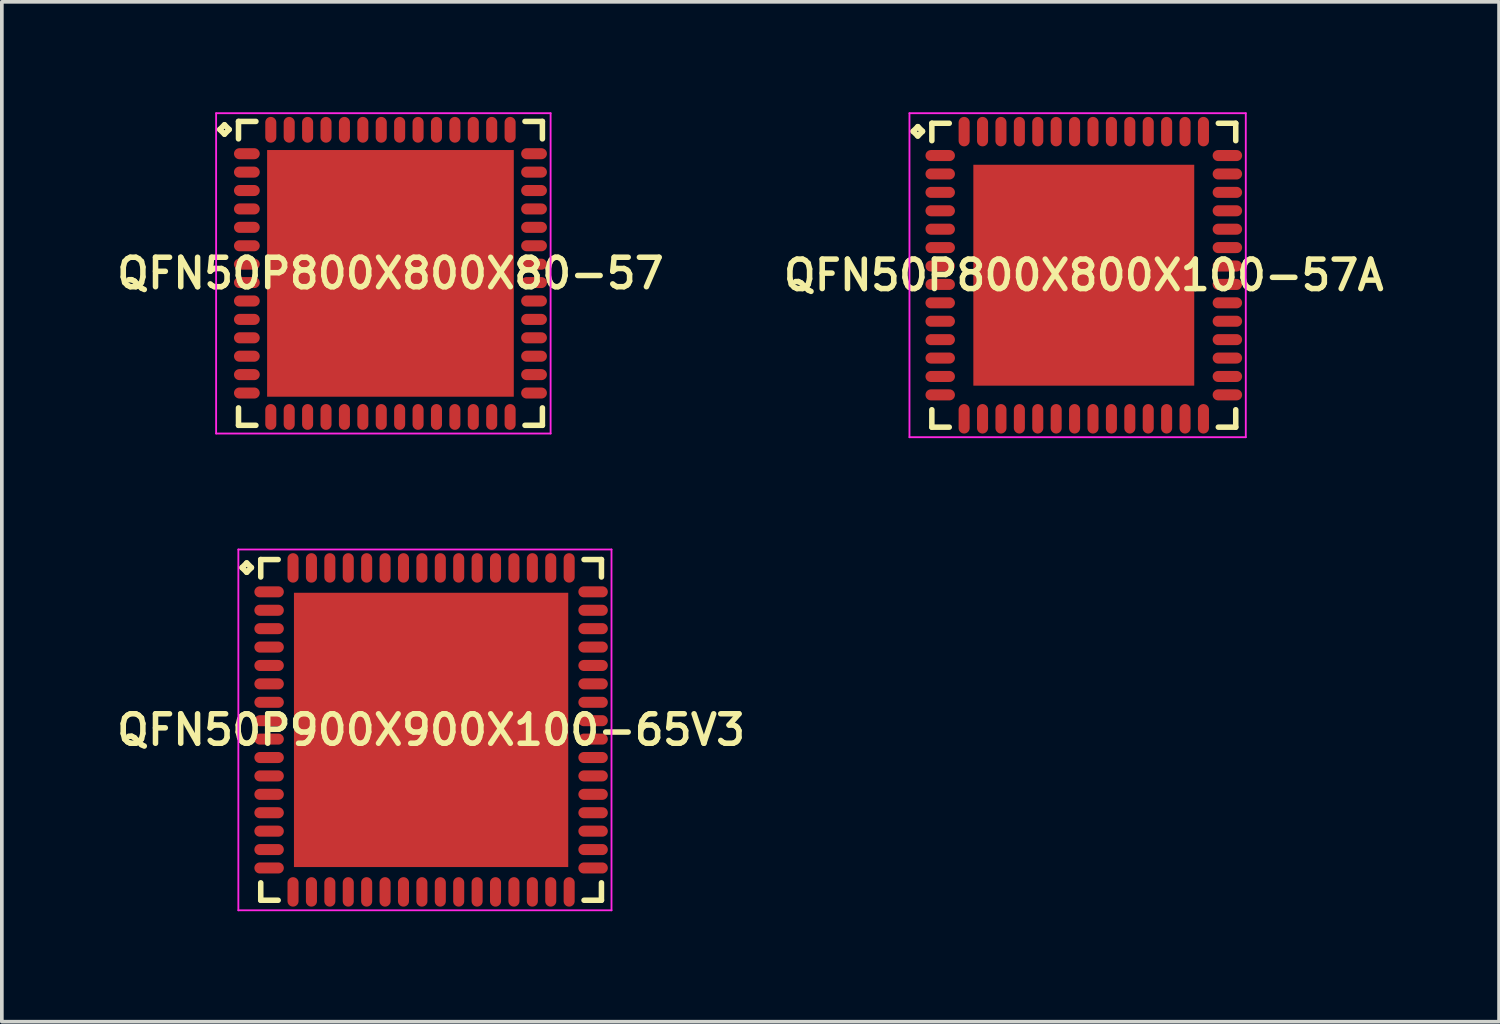
<source format=kicad_pcb>
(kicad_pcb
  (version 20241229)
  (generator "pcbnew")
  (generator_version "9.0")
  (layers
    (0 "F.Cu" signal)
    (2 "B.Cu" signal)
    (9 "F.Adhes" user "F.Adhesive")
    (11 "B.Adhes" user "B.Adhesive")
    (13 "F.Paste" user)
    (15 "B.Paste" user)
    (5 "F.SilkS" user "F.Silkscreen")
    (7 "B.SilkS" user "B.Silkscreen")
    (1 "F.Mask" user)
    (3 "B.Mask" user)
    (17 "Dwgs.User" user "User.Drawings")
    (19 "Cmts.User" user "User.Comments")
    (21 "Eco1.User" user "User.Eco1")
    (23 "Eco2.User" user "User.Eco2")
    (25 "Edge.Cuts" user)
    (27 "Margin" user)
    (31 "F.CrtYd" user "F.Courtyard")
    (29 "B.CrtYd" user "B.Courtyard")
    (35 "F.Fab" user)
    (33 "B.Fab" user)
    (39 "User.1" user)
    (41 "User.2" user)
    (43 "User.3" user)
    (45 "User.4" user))
  (footprint "QFN50P800X800X80-57"
    (layer "F.Cu")
    (at 7.555 4.375)
    (property "Reference" "QFN50P800X800X80-57" (at 0 0 0) (layer "F.SilkS") (effects (font (size 0.8 0.8) (thickness 0.15))))
    (attr smd)
    (fp_line (start -4.635 -3.908) (end -4.508 -4.035) (stroke (width 0.15) (type solid)) (layer "F.SilkS"))
    (fp_line (start -4.508 -4.035) (end -4.381 -3.908) (stroke (width 0.15) (type solid)) (layer "F.SilkS"))
    (fp_line (start -4.508 -3.781) (end -4.635 -3.908) (stroke (width 0.15) (type solid)) (layer "F.SilkS"))
    (fp_line (start -4.381 -3.908) (end -4.508 -3.781) (stroke (width 0.15) (type solid)) (layer "F.SilkS"))
    (fp_line (start -4.127 -4.127) (end -3.654 -4.127) (stroke (width 0.15) (type solid)) (layer "F.SilkS"))
    (fp_line (start -4.127 -3.654) (end -4.127 -4.127) (stroke (width 0.15) (type solid)) (layer "F.SilkS"))
    (fp_line (start -4.127 3.654) (end -4.127 4.127) (stroke (width 0.15) (type solid)) (layer "F.SilkS"))
    (fp_line (start -4.127 4.127) (end -3.654 4.127) (stroke (width 0.15) (type solid)) (layer "F.SilkS"))
    (fp_line (start 3.654 -4.127) (end 4.127 -4.127) (stroke (width 0.15) (type solid)) (layer "F.SilkS"))
    (fp_line (start 3.654 4.127) (end 4.127 4.127) (stroke (width 0.15) (type solid)) (layer "F.SilkS"))
    (fp_line (start 4.127 -4.127) (end 4.127 -3.654) (stroke (width 0.15) (type solid)) (layer "F.SilkS"))
    (fp_line (start 4.127 4.127) (end 4.127 3.654) (stroke (width 0.15) (type solid)) (layer "F.SilkS"))
    (fp_line (start -4.735 -4.35) (end 4.35 -4.35) (stroke (width 0.05) (type solid)) (layer "F.CrtYd"))
    (fp_line (start -4.735 4.35) (end -4.735 -4.35) (stroke (width 0.05) (type solid)) (layer "F.CrtYd"))
    (fp_line (start 4.35 -4.35) (end 4.35 4.35) (stroke (width 0.05) (type solid)) (layer "F.CrtYd"))
    (fp_line (start 4.35 4.35) (end -4.735 4.35) (stroke (width 0.05) (type solid)) (layer "F.CrtYd"))
    (pad "1" smd oval (at -3.9 -3.25) (size 0.7 0.3) (layers "F.Cu" "F.Mask" "F.Paste"))
    (pad "2" smd oval (at -3.9 -2.75) (size 0.7 0.3) (layers "F.Cu" "F.Mask" "F.Paste"))
    (pad "3" smd oval (at -3.9 -2.25) (size 0.7 0.3) (layers "F.Cu" "F.Mask" "F.Paste"))
    (pad "4" smd oval (at -3.9 -1.75) (size 0.7 0.3) (layers "F.Cu" "F.Mask" "F.Paste"))
    (pad "5" smd oval (at -3.9 -1.25) (size 0.7 0.3) (layers "F.Cu" "F.Mask" "F.Paste"))
    (pad "6" smd oval (at -3.9 -0.75) (size 0.7 0.3) (layers "F.Cu" "F.Mask" "F.Paste"))
    (pad "7" smd oval (at -3.9 -0.25) (size 0.7 0.3) (layers "F.Cu" "F.Mask" "F.Paste"))
    (pad "8" smd oval (at -3.9 0.25) (size 0.7 0.3) (layers "F.Cu" "F.Mask" "F.Paste"))
    (pad "9" smd oval (at -3.9 0.75) (size 0.7 0.3) (layers "F.Cu" "F.Mask" "F.Paste"))
    (pad "10" smd oval (at -3.9 1.25) (size 0.7 0.3) (layers "F.Cu" "F.Mask" "F.Paste"))
    (pad "11" smd oval (at -3.9 1.75) (size 0.7 0.3) (layers "F.Cu" "F.Mask" "F.Paste"))
    (pad "12" smd oval (at -3.9 2.25) (size 0.7 0.3) (layers "F.Cu" "F.Mask" "F.Paste"))
    (pad "13" smd oval (at -3.9 2.75) (size 0.7 0.3) (layers "F.Cu" "F.Mask" "F.Paste"))
    (pad "14" smd oval (at -3.9 3.25) (size 0.7 0.3) (layers "F.Cu" "F.Mask" "F.Paste"))
    (pad "15" smd oval (at -3.25 3.9) (size 0.3 0.7) (layers "F.Cu" "F.Mask" "F.Paste"))
    (pad "16" smd oval (at -2.75 3.9) (size 0.3 0.7) (layers "F.Cu" "F.Mask" "F.Paste"))
    (pad "17" smd oval (at -2.25 3.9) (size 0.3 0.7) (layers "F.Cu" "F.Mask" "F.Paste"))
    (pad "18" smd oval (at -1.75 3.9) (size 0.3 0.7) (layers "F.Cu" "F.Mask" "F.Paste"))
    (pad "19" smd oval (at -1.25 3.9) (size 0.3 0.7) (layers "F.Cu" "F.Mask" "F.Paste"))
    (pad "20" smd oval (at -0.75 3.9) (size 0.3 0.7) (layers "F.Cu" "F.Mask" "F.Paste"))
    (pad "21" smd oval (at -0.25 3.9) (size 0.3 0.7) (layers "F.Cu" "F.Mask" "F.Paste"))
    (pad "22" smd oval (at 0.25 3.9) (size 0.3 0.7) (layers "F.Cu" "F.Mask" "F.Paste"))
    (pad "23" smd oval (at 0.75 3.9) (size 0.3 0.7) (layers "F.Cu" "F.Mask" "F.Paste"))
    (pad "24" smd oval (at 1.25 3.9) (size 0.3 0.7) (layers "F.Cu" "F.Mask" "F.Paste"))
    (pad "25" smd oval (at 1.75 3.9) (size 0.3 0.7) (layers "F.Cu" "F.Mask" "F.Paste"))
    (pad "26" smd oval (at 2.25 3.9) (size 0.3 0.7) (layers "F.Cu" "F.Mask" "F.Paste"))
    (pad "27" smd oval (at 2.75 3.9) (size 0.3 0.7) (layers "F.Cu" "F.Mask" "F.Paste"))
    (pad "28" smd oval (at 3.25 3.9) (size 0.3 0.7) (layers "F.Cu" "F.Mask" "F.Paste"))
    (pad "29" smd oval (at 3.9 3.25) (size 0.7 0.3) (layers "F.Cu" "F.Mask" "F.Paste"))
    (pad "30" smd oval (at 3.9 2.75) (size 0.7 0.3) (layers "F.Cu" "F.Mask" "F.Paste"))
    (pad "31" smd oval (at 3.9 2.25) (size 0.7 0.3) (layers "F.Cu" "F.Mask" "F.Paste"))
    (pad "32" smd oval (at 3.9 1.75) (size 0.7 0.3) (layers "F.Cu" "F.Mask" "F.Paste"))
    (pad "33" smd oval (at 3.9 1.25) (size 0.7 0.3) (layers "F.Cu" "F.Mask" "F.Paste"))
    (pad "34" smd oval (at 3.9 0.75) (size 0.7 0.3) (layers "F.Cu" "F.Mask" "F.Paste"))
    (pad "35" smd oval (at 3.9 0.25) (size 0.7 0.3) (layers "F.Cu" "F.Mask" "F.Paste"))
    (pad "36" smd oval (at 3.9 -0.25) (size 0.7 0.3) (layers "F.Cu" "F.Mask" "F.Paste"))
    (pad "37" smd oval (at 3.9 -0.75) (size 0.7 0.3) (layers "F.Cu" "F.Mask" "F.Paste"))
    (pad "38" smd oval (at 3.9 -1.25) (size 0.7 0.3) (layers "F.Cu" "F.Mask" "F.Paste"))
    (pad "39" smd oval (at 3.9 -1.75) (size 0.7 0.3) (layers "F.Cu" "F.Mask" "F.Paste"))
    (pad "40" smd oval (at 3.9 -2.25) (size 0.7 0.3) (layers "F.Cu" "F.Mask" "F.Paste"))
    (pad "41" smd oval (at 3.9 -2.75) (size 0.7 0.3) (layers "F.Cu" "F.Mask" "F.Paste"))
    (pad "42" smd oval (at 3.9 -3.25) (size 0.7 0.3) (layers "F.Cu" "F.Mask" "F.Paste"))
    (pad "43" smd oval (at 3.25 -3.9) (size 0.3 0.7) (layers "F.Cu" "F.Mask" "F.Paste"))
    (pad "44" smd oval (at 2.75 -3.9) (size 0.3 0.7) (layers "F.Cu" "F.Mask" "F.Paste"))
    (pad "45" smd oval (at 2.25 -3.9) (size 0.3 0.7) (layers "F.Cu" "F.Mask" "F.Paste"))
    (pad "46" smd oval (at 1.75 -3.9) (size 0.3 0.7) (layers "F.Cu" "F.Mask" "F.Paste"))
    (pad "47" smd oval (at 1.25 -3.9) (size 0.3 0.7) (layers "F.Cu" "F.Mask" "F.Paste"))
    (pad "48" smd oval (at 0.75 -3.9) (size 0.3 0.7) (layers "F.Cu" "F.Mask" "F.Paste"))
    (pad "49" smd oval (at 0.25 -3.9) (size 0.3 0.7) (layers "F.Cu" "F.Mask" "F.Paste"))
    (pad "50" smd oval (at -0.25 -3.9) (size 0.3 0.7) (layers "F.Cu" "F.Mask" "F.Paste"))
    (pad "51" smd oval (at -0.75 -3.9) (size 0.3 0.7) (layers "F.Cu" "F.Mask" "F.Paste"))
    (pad "52" smd oval (at -1.25 -3.9) (size 0.3 0.7) (layers "F.Cu" "F.Mask" "F.Paste"))
    (pad "53" smd oval (at -1.75 -3.9) (size 0.3 0.7) (layers "F.Cu" "F.Mask" "F.Paste"))
    (pad "54" smd oval (at -2.25 -3.9) (size 0.3 0.7) (layers "F.Cu" "F.Mask" "F.Paste"))
    (pad "55" smd oval (at -2.75 -3.9) (size 0.3 0.7) (layers "F.Cu" "F.Mask" "F.Paste"))
    (pad "56" smd oval (at -3.25 -3.9) (size 0.3 0.7) (layers "F.Cu" "F.Mask" "F.Paste"))
    (pad "57" smd rect (at 0 0) (size 6.7 6.7) (layers "F.Cu" "F.Mask" "F.Paste")))
  (footprint "QFN50P900X900X100-65V3"
    (layer "F.Cu")
    (at 8.659 16.775)
    (property "Reference" "QFN50P900X900X100-65V3" (at 0 0 0) (layer "F.SilkS") (effects (font (size 0.8 0.8) (thickness 0.15))))
    (attr smd)
    (fp_line (start -5.135 -4.408) (end -5.008 -4.535) (stroke (width 0.15) (type solid)) (layer "F.SilkS"))
    (fp_line (start -5.008 -4.535) (end -4.881 -4.408) (stroke (width 0.15) (type solid)) (layer "F.SilkS"))
    (fp_line (start -5.008 -4.281) (end -5.135 -4.408) (stroke (width 0.15) (type solid)) (layer "F.SilkS"))
    (fp_line (start -4.881 -4.408) (end -5.008 -4.281) (stroke (width 0.15) (type solid)) (layer "F.SilkS"))
    (fp_line (start -4.627 -4.627) (end -4.154 -4.627) (stroke (width 0.15) (type solid)) (layer "F.SilkS"))
    (fp_line (start -4.627 -4.154) (end -4.627 -4.627) (stroke (width 0.15) (type solid)) (layer "F.SilkS"))
    (fp_line (start -4.627 4.154) (end -4.627 4.627) (stroke (width 0.15) (type solid)) (layer "F.SilkS"))
    (fp_line (start -4.627 4.627) (end -4.154 4.627) (stroke (width 0.15) (type solid)) (layer "F.SilkS"))
    (fp_line (start 4.154 -4.627) (end 4.627 -4.627) (stroke (width 0.15) (type solid)) (layer "F.SilkS"))
    (fp_line (start 4.154 4.627) (end 4.627 4.627) (stroke (width 0.15) (type solid)) (layer "F.SilkS"))
    (fp_line (start 4.627 -4.627) (end 4.627 -4.154) (stroke (width 0.15) (type solid)) (layer "F.SilkS"))
    (fp_line (start 4.627 4.627) (end 4.627 4.154) (stroke (width 0.15) (type solid)) (layer "F.SilkS"))
    (fp_line (start -5.235 -4.9) (end 4.9 -4.9) (stroke (width 0.05) (type solid)) (layer "F.CrtYd"))
    (fp_line (start -5.235 4.9) (end -5.235 -4.9) (stroke (width 0.05) (type solid)) (layer "F.CrtYd"))
    (fp_line (start 4.9 -4.9) (end 4.9 4.9) (stroke (width 0.05) (type solid)) (layer "F.CrtYd"))
    (fp_line (start 4.9 4.9) (end -5.235 4.9) (stroke (width 0.05) (type solid)) (layer "F.CrtYd"))
    (pad "1" smd oval (at -4.4 -3.75) (size 0.8 0.3) (layers "F.Cu" "F.Mask" "F.Paste"))
    (pad "2" smd oval (at -4.4 -3.25) (size 0.8 0.3) (layers "F.Cu" "F.Mask" "F.Paste"))
    (pad "3" smd oval (at -4.4 -2.75) (size 0.8 0.3) (layers "F.Cu" "F.Mask" "F.Paste"))
    (pad "4" smd oval (at -4.4 -2.25) (size 0.8 0.3) (layers "F.Cu" "F.Mask" "F.Paste"))
    (pad "5" smd oval (at -4.4 -1.75) (size 0.8 0.3) (layers "F.Cu" "F.Mask" "F.Paste"))
    (pad "6" smd oval (at -4.4 -1.25) (size 0.8 0.3) (layers "F.Cu" "F.Mask" "F.Paste"))
    (pad "7" smd oval (at -4.4 -0.75) (size 0.8 0.3) (layers "F.Cu" "F.Mask" "F.Paste"))
    (pad "8" smd oval (at -4.4 -0.25) (size 0.8 0.3) (layers "F.Cu" "F.Mask" "F.Paste"))
    (pad "9" smd oval (at -4.4 0.25) (size 0.8 0.3) (layers "F.Cu" "F.Mask" "F.Paste"))
    (pad "10" smd oval (at -4.4 0.75) (size 0.8 0.3) (layers "F.Cu" "F.Mask" "F.Paste"))
    (pad "11" smd oval (at -4.4 1.25) (size 0.8 0.3) (layers "F.Cu" "F.Mask" "F.Paste"))
    (pad "12" smd oval (at -4.4 1.75) (size 0.8 0.3) (layers "F.Cu" "F.Mask" "F.Paste"))
    (pad "13" smd oval (at -4.4 2.25) (size 0.8 0.3) (layers "F.Cu" "F.Mask" "F.Paste"))
    (pad "14" smd oval (at -4.4 2.75) (size 0.8 0.3) (layers "F.Cu" "F.Mask" "F.Paste"))
    (pad "15" smd oval (at -4.4 3.25) (size 0.8 0.3) (layers "F.Cu" "F.Mask" "F.Paste"))
    (pad "16" smd oval (at -4.4 3.75) (size 0.8 0.3) (layers "F.Cu" "F.Mask" "F.Paste"))
    (pad "17" smd oval (at -3.75 4.4) (size 0.3 0.8) (layers "F.Cu" "F.Mask" "F.Paste"))
    (pad "18" smd oval (at -3.25 4.4) (size 0.3 0.8) (layers "F.Cu" "F.Mask" "F.Paste"))
    (pad "19" smd oval (at -2.75 4.4) (size 0.3 0.8) (layers "F.Cu" "F.Mask" "F.Paste"))
    (pad "20" smd oval (at -2.25 4.4) (size 0.3 0.8) (layers "F.Cu" "F.Mask" "F.Paste"))
    (pad "21" smd oval (at -1.75 4.4) (size 0.3 0.8) (layers "F.Cu" "F.Mask" "F.Paste"))
    (pad "22" smd oval (at -1.25 4.4) (size 0.3 0.8) (layers "F.Cu" "F.Mask" "F.Paste"))
    (pad "23" smd oval (at -0.75 4.4) (size 0.3 0.8) (layers "F.Cu" "F.Mask" "F.Paste"))
    (pad "24" smd oval (at -0.25 4.4) (size 0.3 0.8) (layers "F.Cu" "F.Mask" "F.Paste"))
    (pad "25" smd oval (at 0.25 4.4) (size 0.3 0.8) (layers "F.Cu" "F.Mask" "F.Paste"))
    (pad "26" smd oval (at 0.75 4.4) (size 0.3 0.8) (layers "F.Cu" "F.Mask" "F.Paste"))
    (pad "27" smd oval (at 1.25 4.4) (size 0.3 0.8) (layers "F.Cu" "F.Mask" "F.Paste"))
    (pad "28" smd oval (at 1.75 4.4) (size 0.3 0.8) (layers "F.Cu" "F.Mask" "F.Paste"))
    (pad "29" smd oval (at 2.25 4.4) (size 0.3 0.8) (layers "F.Cu" "F.Mask" "F.Paste"))
    (pad "30" smd oval (at 2.75 4.4) (size 0.3 0.8) (layers "F.Cu" "F.Mask" "F.Paste"))
    (pad "31" smd oval (at 3.25 4.4) (size 0.3 0.8) (layers "F.Cu" "F.Mask" "F.Paste"))
    (pad "32" smd oval (at 3.75 4.4) (size 0.3 0.8) (layers "F.Cu" "F.Mask" "F.Paste"))
    (pad "33" smd oval (at 4.4 3.75) (size 0.8 0.3) (layers "F.Cu" "F.Mask" "F.Paste"))
    (pad "34" smd oval (at 4.4 3.25) (size 0.8 0.3) (layers "F.Cu" "F.Mask" "F.Paste"))
    (pad "35" smd oval (at 4.4 2.75) (size 0.8 0.3) (layers "F.Cu" "F.Mask" "F.Paste"))
    (pad "36" smd oval (at 4.4 2.25) (size 0.8 0.3) (layers "F.Cu" "F.Mask" "F.Paste"))
    (pad "37" smd oval (at 4.4 1.75) (size 0.8 0.3) (layers "F.Cu" "F.Mask" "F.Paste"))
    (pad "38" smd oval (at 4.4 1.25) (size 0.8 0.3) (layers "F.Cu" "F.Mask" "F.Paste"))
    (pad "39" smd oval (at 4.4 0.75) (size 0.8 0.3) (layers "F.Cu" "F.Mask" "F.Paste"))
    (pad "40" smd oval (at 4.4 0.25) (size 0.8 0.3) (layers "F.Cu" "F.Mask" "F.Paste"))
    (pad "41" smd oval (at 4.4 -0.25) (size 0.8 0.3) (layers "F.Cu" "F.Mask" "F.Paste"))
    (pad "42" smd oval (at 4.4 -0.75) (size 0.8 0.3) (layers "F.Cu" "F.Mask" "F.Paste"))
    (pad "43" smd oval (at 4.4 -1.25) (size 0.8 0.3) (layers "F.Cu" "F.Mask" "F.Paste"))
    (pad "44" smd oval (at 4.4 -1.75) (size 0.8 0.3) (layers "F.Cu" "F.Mask" "F.Paste"))
    (pad "45" smd oval (at 4.4 -2.25) (size 0.8 0.3) (layers "F.Cu" "F.Mask" "F.Paste"))
    (pad "46" smd oval (at 4.4 -2.75) (size 0.8 0.3) (layers "F.Cu" "F.Mask" "F.Paste"))
    (pad "47" smd oval (at 4.4 -3.25) (size 0.8 0.3) (layers "F.Cu" "F.Mask" "F.Paste"))
    (pad "48" smd oval (at 4.4 -3.75) (size 0.8 0.3) (layers "F.Cu" "F.Mask" "F.Paste"))
    (pad "49" smd oval (at 3.75 -4.4) (size 0.3 0.8) (layers "F.Cu" "F.Mask" "F.Paste"))
    (pad "50" smd oval (at 3.25 -4.4) (size 0.3 0.8) (layers "F.Cu" "F.Mask" "F.Paste"))
    (pad "51" smd oval (at 2.75 -4.4) (size 0.3 0.8) (layers "F.Cu" "F.Mask" "F.Paste"))
    (pad "52" smd oval (at 2.25 -4.4) (size 0.3 0.8) (layers "F.Cu" "F.Mask" "F.Paste"))
    (pad "53" smd oval (at 1.75 -4.4) (size 0.3 0.8) (layers "F.Cu" "F.Mask" "F.Paste"))
    (pad "54" smd oval (at 1.25 -4.4) (size 0.3 0.8) (layers "F.Cu" "F.Mask" "F.Paste"))
    (pad "55" smd oval (at 0.75 -4.4) (size 0.3 0.8) (layers "F.Cu" "F.Mask" "F.Paste"))
    (pad "56" smd oval (at 0.25 -4.4) (size 0.3 0.8) (layers "F.Cu" "F.Mask" "F.Paste"))
    (pad "57" smd oval (at -0.25 -4.4) (size 0.3 0.8) (layers "F.Cu" "F.Mask" "F.Paste"))
    (pad "58" smd oval (at -0.75 -4.4) (size 0.3 0.8) (layers "F.Cu" "F.Mask" "F.Paste"))
    (pad "59" smd oval (at -1.25 -4.4) (size 0.3 0.8) (layers "F.Cu" "F.Mask" "F.Paste"))
    (pad "60" smd oval (at -1.75 -4.4) (size 0.3 0.8) (layers "F.Cu" "F.Mask" "F.Paste"))
    (pad "61" smd oval (at -2.25 -4.4) (size 0.3 0.8) (layers "F.Cu" "F.Mask" "F.Paste"))
    (pad "62" smd oval (at -2.75 -4.4) (size 0.3 0.8) (layers "F.Cu" "F.Mask" "F.Paste"))
    (pad "63" smd oval (at -3.25 -4.4) (size 0.3 0.8) (layers "F.Cu" "F.Mask" "F.Paste"))
    (pad "64" smd oval (at -3.75 -4.4) (size 0.3 0.8) (layers "F.Cu" "F.Mask" "F.Paste"))
    (pad "65" smd rect (at 0 0) (size 7.45 7.45) (layers "F.Cu" "F.Mask" "F.Paste")))
  (footprint "QFN50P800X800X100-57A"
    (layer "F.Cu")
    (at 26.387 4.425)
    (property "Reference" "QFN50P800X800X100-57A" (at 0 0 0) (layer "F.SilkS") (effects (font (size 0.8 0.8) (thickness 0.15))))
    (attr smd)
    (fp_line (start -4.635 -3.908) (end -4.508 -4.035) (stroke (width 0.15) (type solid)) (layer "F.SilkS"))
    (fp_line (start -4.508 -4.035) (end -4.381 -3.908) (stroke (width 0.15) (type solid)) (layer "F.SilkS"))
    (fp_line (start -4.508 -3.781) (end -4.635 -3.908) (stroke (width 0.15) (type solid)) (layer "F.SilkS"))
    (fp_line (start -4.381 -3.908) (end -4.508 -3.781) (stroke (width 0.15) (type solid)) (layer "F.SilkS"))
    (fp_line (start -4.127 -4.127) (end -3.654 -4.127) (stroke (width 0.15) (type solid)) (layer "F.SilkS"))
    (fp_line (start -4.127 -3.654) (end -4.127 -4.127) (stroke (width 0.15) (type solid)) (layer "F.SilkS"))
    (fp_line (start -4.127 3.654) (end -4.127 4.127) (stroke (width 0.15) (type solid)) (layer "F.SilkS"))
    (fp_line (start -4.127 4.127) (end -3.654 4.127) (stroke (width 0.15) (type solid)) (layer "F.SilkS"))
    (fp_line (start 3.654 -4.127) (end 4.127 -4.127) (stroke (width 0.15) (type solid)) (layer "F.SilkS"))
    (fp_line (start 3.654 4.127) (end 4.127 4.127) (stroke (width 0.15) (type solid)) (layer "F.SilkS"))
    (fp_line (start 4.127 -4.127) (end 4.127 -3.654) (stroke (width 0.15) (type solid)) (layer "F.SilkS"))
    (fp_line (start 4.127 4.127) (end 4.127 3.654) (stroke (width 0.15) (type solid)) (layer "F.SilkS"))
    (fp_line (start -4.735 -4.4) (end 4.4 -4.4) (stroke (width 0.05) (type solid)) (layer "F.CrtYd"))
    (fp_line (start -4.735 4.4) (end -4.735 -4.4) (stroke (width 0.05) (type solid)) (layer "F.CrtYd"))
    (fp_line (start 4.4 -4.4) (end 4.4 4.4) (stroke (width 0.05) (type solid)) (layer "F.CrtYd"))
    (fp_line (start 4.4 4.4) (end -4.735 4.4) (stroke (width 0.05) (type solid)) (layer "F.CrtYd"))
    (pad "1" smd oval (at -3.9 -3.25) (size 0.8 0.3) (layers "F.Cu" "F.Mask" "F.Paste"))
    (pad "2" smd oval (at -3.9 -2.75) (size 0.8 0.3) (layers "F.Cu" "F.Mask" "F.Paste"))
    (pad "3" smd oval (at -3.9 -2.25) (size 0.8 0.3) (layers "F.Cu" "F.Mask" "F.Paste"))
    (pad "4" smd oval (at -3.9 -1.75) (size 0.8 0.3) (layers "F.Cu" "F.Mask" "F.Paste"))
    (pad "5" smd oval (at -3.9 -1.25) (size 0.8 0.3) (layers "F.Cu" "F.Mask" "F.Paste"))
    (pad "6" smd oval (at -3.9 -0.75) (size 0.8 0.3) (layers "F.Cu" "F.Mask" "F.Paste"))
    (pad "7" smd oval (at -3.9 -0.25) (size 0.8 0.3) (layers "F.Cu" "F.Mask" "F.Paste"))
    (pad "8" smd oval (at -3.9 0.25) (size 0.8 0.3) (layers "F.Cu" "F.Mask" "F.Paste"))
    (pad "9" smd oval (at -3.9 0.75) (size 0.8 0.3) (layers "F.Cu" "F.Mask" "F.Paste"))
    (pad "10" smd oval (at -3.9 1.25) (size 0.8 0.3) (layers "F.Cu" "F.Mask" "F.Paste"))
    (pad "11" smd oval (at -3.9 1.75) (size 0.8 0.3) (layers "F.Cu" "F.Mask" "F.Paste"))
    (pad "12" smd oval (at -3.9 2.25) (size 0.8 0.3) (layers "F.Cu" "F.Mask" "F.Paste"))
    (pad "13" smd oval (at -3.9 2.75) (size 0.8 0.3) (layers "F.Cu" "F.Mask" "F.Paste"))
    (pad "14" smd oval (at -3.9 3.25) (size 0.8 0.3) (layers "F.Cu" "F.Mask" "F.Paste"))
    (pad "15" smd oval (at -3.25 3.9) (size 0.3 0.8) (layers "F.Cu" "F.Mask" "F.Paste"))
    (pad "16" smd oval (at -2.75 3.9) (size 0.3 0.8) (layers "F.Cu" "F.Mask" "F.Paste"))
    (pad "17" smd oval (at -2.25 3.9) (size 0.3 0.8) (layers "F.Cu" "F.Mask" "F.Paste"))
    (pad "18" smd oval (at -1.75 3.9) (size 0.3 0.8) (layers "F.Cu" "F.Mask" "F.Paste"))
    (pad "19" smd oval (at -1.25 3.9) (size 0.3 0.8) (layers "F.Cu" "F.Mask" "F.Paste"))
    (pad "20" smd oval (at -0.75 3.9) (size 0.3 0.8) (layers "F.Cu" "F.Mask" "F.Paste"))
    (pad "21" smd oval (at -0.25 3.9) (size 0.3 0.8) (layers "F.Cu" "F.Mask" "F.Paste"))
    (pad "22" smd oval (at 0.25 3.9) (size 0.3 0.8) (layers "F.Cu" "F.Mask" "F.Paste"))
    (pad "23" smd oval (at 0.75 3.9) (size 0.3 0.8) (layers "F.Cu" "F.Mask" "F.Paste"))
    (pad "24" smd oval (at 1.25 3.9) (size 0.3 0.8) (layers "F.Cu" "F.Mask" "F.Paste"))
    (pad "25" smd oval (at 1.75 3.9) (size 0.3 0.8) (layers "F.Cu" "F.Mask" "F.Paste"))
    (pad "26" smd oval (at 2.25 3.9) (size 0.3 0.8) (layers "F.Cu" "F.Mask" "F.Paste"))
    (pad "27" smd oval (at 2.75 3.9) (size 0.3 0.8) (layers "F.Cu" "F.Mask" "F.Paste"))
    (pad "28" smd oval (at 3.25 3.9) (size 0.3 0.8) (layers "F.Cu" "F.Mask" "F.Paste"))
    (pad "29" smd oval (at 3.9 3.25) (size 0.8 0.3) (layers "F.Cu" "F.Mask" "F.Paste"))
    (pad "30" smd oval (at 3.9 2.75) (size 0.8 0.3) (layers "F.Cu" "F.Mask" "F.Paste"))
    (pad "31" smd oval (at 3.9 2.25) (size 0.8 0.3) (layers "F.Cu" "F.Mask" "F.Paste"))
    (pad "32" smd oval (at 3.9 1.75) (size 0.8 0.3) (layers "F.Cu" "F.Mask" "F.Paste"))
    (pad "33" smd oval (at 3.9 1.25) (size 0.8 0.3) (layers "F.Cu" "F.Mask" "F.Paste"))
    (pad "34" smd oval (at 3.9 0.75) (size 0.8 0.3) (layers "F.Cu" "F.Mask" "F.Paste"))
    (pad "35" smd oval (at 3.9 0.25) (size 0.8 0.3) (layers "F.Cu" "F.Mask" "F.Paste"))
    (pad "36" smd oval (at 3.9 -0.25) (size 0.8 0.3) (layers "F.Cu" "F.Mask" "F.Paste"))
    (pad "37" smd oval (at 3.9 -0.75) (size 0.8 0.3) (layers "F.Cu" "F.Mask" "F.Paste"))
    (pad "38" smd oval (at 3.9 -1.25) (size 0.8 0.3) (layers "F.Cu" "F.Mask" "F.Paste"))
    (pad "39" smd oval (at 3.9 -1.75) (size 0.8 0.3) (layers "F.Cu" "F.Mask" "F.Paste"))
    (pad "40" smd oval (at 3.9 -2.25) (size 0.8 0.3) (layers "F.Cu" "F.Mask" "F.Paste"))
    (pad "41" smd oval (at 3.9 -2.75) (size 0.8 0.3) (layers "F.Cu" "F.Mask" "F.Paste"))
    (pad "42" smd oval (at 3.9 -3.25) (size 0.8 0.3) (layers "F.Cu" "F.Mask" "F.Paste"))
    (pad "43" smd oval (at 3.25 -3.9) (size 0.3 0.8) (layers "F.Cu" "F.Mask" "F.Paste"))
    (pad "44" smd oval (at 2.75 -3.9) (size 0.3 0.8) (layers "F.Cu" "F.Mask" "F.Paste"))
    (pad "45" smd oval (at 2.25 -3.9) (size 0.3 0.8) (layers "F.Cu" "F.Mask" "F.Paste"))
    (pad "46" smd oval (at 1.75 -3.9) (size 0.3 0.8) (layers "F.Cu" "F.Mask" "F.Paste"))
    (pad "47" smd oval (at 1.25 -3.9) (size 0.3 0.8) (layers "F.Cu" "F.Mask" "F.Paste"))
    (pad "48" smd oval (at 0.75 -3.9) (size 0.3 0.8) (layers "F.Cu" "F.Mask" "F.Paste"))
    (pad "49" smd oval (at 0.25 -3.9) (size 0.3 0.8) (layers "F.Cu" "F.Mask" "F.Paste"))
    (pad "50" smd oval (at -0.25 -3.9) (size 0.3 0.8) (layers "F.Cu" "F.Mask" "F.Paste"))
    (pad "51" smd oval (at -0.75 -3.9) (size 0.3 0.8) (layers "F.Cu" "F.Mask" "F.Paste"))
    (pad "52" smd oval (at -1.25 -3.9) (size 0.3 0.8) (layers "F.Cu" "F.Mask" "F.Paste"))
    (pad "53" smd oval (at -1.75 -3.9) (size 0.3 0.8) (layers "F.Cu" "F.Mask" "F.Paste"))
    (pad "54" smd oval (at -2.25 -3.9) (size 0.3 0.8) (layers "F.Cu" "F.Mask" "F.Paste"))
    (pad "55" smd oval (at -2.75 -3.9) (size 0.3 0.8) (layers "F.Cu" "F.Mask" "F.Paste"))
    (pad "56" smd oval (at -3.25 -3.9) (size 0.3 0.8) (layers "F.Cu" "F.Mask" "F.Paste"))
    (pad "57" smd rect (at 0 0) (size 6 6) (layers "F.Cu" "F.Mask" "F.Paste")))
  (gr_rect
    (start -3 -3)
    (end 37.666 24.7)
    (stroke (width 0.1) (type default))
    (fill no)
    (layer "Edge.Cuts")))
</source>
